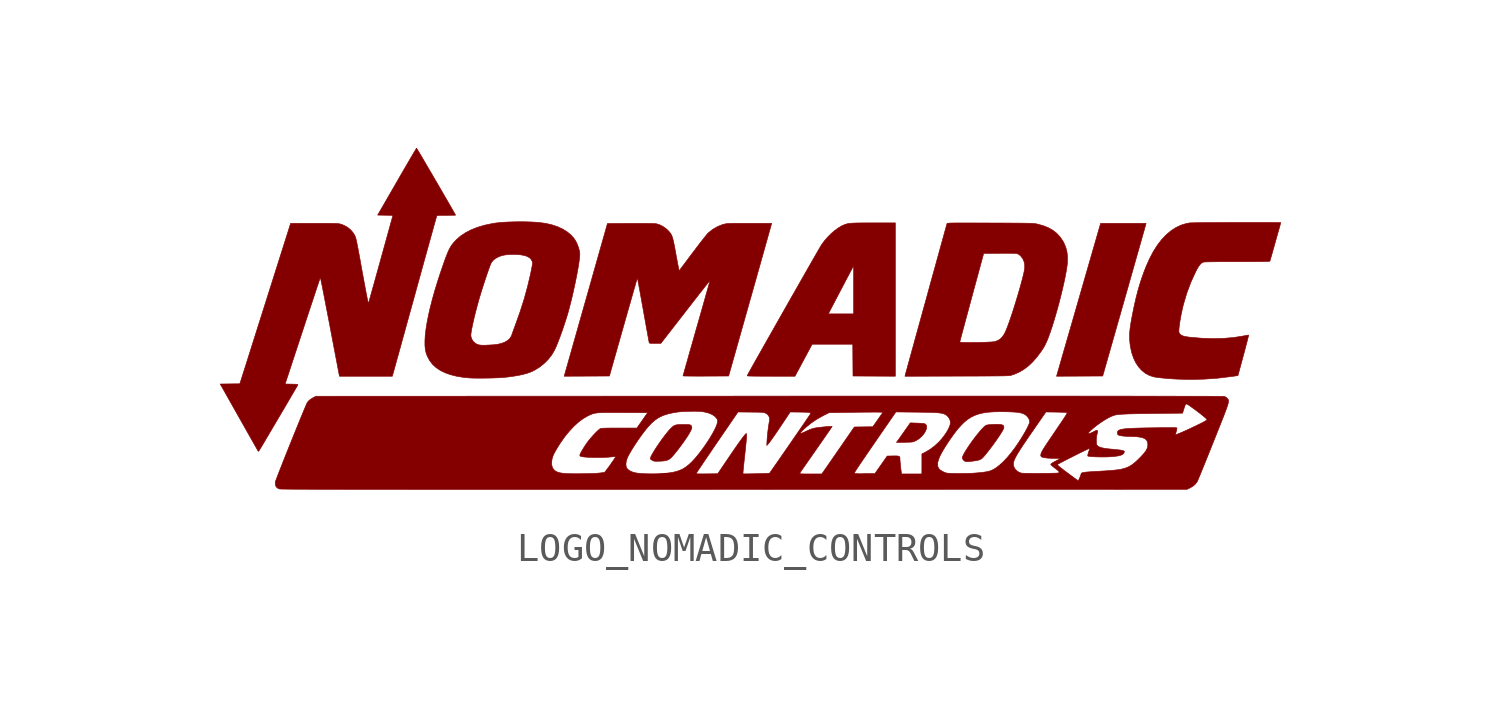
<source format=kicad_sym>
(kicad_symbol_lib
  (version 20211014)
  (generator kicad_symbol_editor)
  (symbol "LOGO_NOMADIC_CONTROLS"
    (pin_names
      (offset 1.016))
    (property "Reference" "#G"
      (at 0 5.08 0)
      (effects (font (size 1.27 1.27)) hide))
    (symbol "LOGO_NOMADIC_CONTROLS_0_0"
      (polyline (pts (xy 5.412 -4.404) (xy 5.473 -4.402) (xy 5.557 -4.401) (xy 5.62 -4.398) (xy 5.667 -4.394) (xy 5.703 -4.389) (xy 5.732 -4.38) (xy 5.762 -4.369) (xy 5.795 -4.353) (xy 5.873 -4.31) (xy 5.952 -4.25) (xy 6.023 -4.183) (xy 6.084 -4.11) (xy 6.132 -4.036) (xy 6.166 -3.963) (xy 6.184 -3.896) (xy 6.184 -3.836) (xy 6.165 -3.789) (xy 6.124 -3.756) (xy 6.122 -3.755) (xy 6.088 -3.747) (xy 6.028 -3.74) (xy 5.946 -3.734) (xy 5.847 -3.73) (xy 5.611 -3.722) (xy 5.419 -3.994) (xy 5.399 -4.023) (xy 5.34 -4.106) (xy 5.286 -4.183) (xy 5.238 -4.251) (xy 5.2 -4.304) (xy 5.177 -4.337) (xy 5.125 -4.409) (xy 5.412 -4.404)) (stroke (width 0.01) (type default) (color 0 0 0 0)) (fill (type outline)))
      (polyline (pts (xy 11.555 -2.081) (xy 12.364 -2.077) (xy 13.116 0.562) (xy 13.178 0.781) (xy 13.254 1.047) (xy 13.327 1.306) (xy 13.398 1.554) (xy 13.465 1.791) (xy 13.529 2.015) (xy 13.588 2.225) (xy 13.644 2.419) (xy 13.694 2.597) (xy 13.739 2.756) (xy 13.778 2.894) (xy 13.812 3.012) (xy 13.838 3.107) (xy 13.858 3.178) (xy 13.871 3.223) (xy 13.876 3.241) (xy 13.885 3.282) (xy 12.291 3.282) (xy 11.527 0.632) (xy 11.46 0.4) (xy 11.383 0.134) (xy 11.309 -0.124) (xy 11.237 -0.372) (xy 11.169 -0.609) (xy 11.104 -0.832) (xy 11.044 -1.042) (xy 10.988 -1.235) (xy 10.937 -1.412) (xy 10.892 -1.57) (xy 10.852 -1.708) (xy 10.819 -1.825) (xy 10.791 -1.92) (xy 10.771 -1.99) (xy 10.758 -2.034) (xy 10.754 -2.051) (xy 10.745 -2.085) (xy 11.555 -2.081)) (stroke (width 0.01) (type default) (color 0 0 0 0)) (fill (type outline)))
      (polyline (pts (xy 7.639 -5.083) (xy 7.71 -5.076) (xy 7.806 -5.064) (xy 7.901 -5.051) (xy 7.978 -5.037) (xy 8.038 -5.02) (xy 8.085 -4.998) (xy 8.127 -4.969) (xy 8.168 -4.928) (xy 8.216 -4.875) (xy 8.265 -4.816) (xy 8.343 -4.719) (xy 8.423 -4.614) (xy 8.505 -4.506) (xy 8.584 -4.396) (xy 8.659 -4.29) (xy 8.728 -4.189) (xy 8.787 -4.097) (xy 8.836 -4.019) (xy 8.87 -3.957) (xy 8.889 -3.914) (xy 8.896 -3.875) (xy 8.892 -3.836) (xy 8.869 -3.808) (xy 8.826 -3.788) (xy 8.76 -3.777) (xy 8.67 -3.773) (xy 8.553 -3.775) (xy 8.535 -3.776) (xy 8.455 -3.78) (xy 8.383 -3.786) (xy 8.326 -3.793) (xy 8.291 -3.799) (xy 8.254 -3.817) (xy 8.202 -3.858) (xy 8.138 -3.922) (xy 8.1 -3.964) (xy 8.021 -4.056) (xy 7.939 -4.157) (xy 7.857 -4.263) (xy 7.776 -4.373) (xy 7.699 -4.481) (xy 7.628 -4.587) (xy 7.565 -4.685) (xy 7.512 -4.773) (xy 7.472 -4.848) (xy 7.446 -4.907) (xy 7.437 -4.946) (xy 7.439 -4.961) (xy 7.459 -5.007) (xy 7.496 -5.048) (xy 7.54 -5.075) (xy 7.552 -5.079) (xy 7.588 -5.083) (xy 7.639 -5.083)) (stroke (width 0.01) (type default) (color 0 0 0 0)) (fill (type outline)))
      (polyline (pts (xy -3.186 -5.067) (xy -3.133 -5.065) (xy -3.033 -5.057) (xy -2.954 -5.043) (xy -2.889 -5.02) (xy -2.831 -4.986) (xy -2.776 -4.937) (xy -2.716 -4.872) (xy -2.707 -4.862) (xy -2.623 -4.76) (xy -2.534 -4.648) (xy -2.444 -4.529) (xy -2.357 -4.409) (xy -2.276 -4.293) (xy -2.203 -4.184) (xy -2.144 -4.088) (xy -2.1 -4.01) (xy -2.068 -3.936) (xy -2.056 -3.878) (xy -2.065 -3.835) (xy -2.095 -3.804) (xy -2.103 -3.799) (xy -2.125 -3.79) (xy -2.155 -3.784) (xy -2.2 -3.78) (xy -2.263 -3.779) (xy -2.35 -3.779) (xy -2.376 -3.779) (xy -2.477 -3.781) (xy -2.555 -3.786) (xy -2.616 -3.796) (xy -2.666 -3.813) (xy -2.709 -3.839) (xy -2.753 -3.875) (xy -2.802 -3.923) (xy -2.859 -3.985) (xy -2.926 -4.065) (xy -2.999 -4.156) (xy -3.073 -4.255) (xy -3.148 -4.358) (xy -3.221 -4.463) (xy -3.291 -4.566) (xy -3.355 -4.665) (xy -3.41 -4.756) (xy -3.456 -4.836) (xy -3.49 -4.902) (xy -3.509 -4.952) (xy -3.512 -4.981) (xy -3.507 -4.99) (xy -3.48 -5.016) (xy -3.441 -5.041) (xy -3.425 -5.049) (xy -3.397 -5.06) (xy -3.366 -5.066) (xy -3.325 -5.069) (xy -3.267 -5.069) (xy -3.186 -5.067)) (stroke (width 0.01) (type default) (color 0 0 0 0)) (fill (type outline)))
      (polyline (pts (xy 5.086 3.297) (xy 4.258 3.297) (xy 4.085 3.297) (xy 3.937 3.296) (xy 3.812 3.295) (xy 3.708 3.293) (xy 3.621 3.29) (xy 3.55 3.286) (xy 3.491 3.281) (xy 3.441 3.274) (xy 3.398 3.265) (xy 3.359 3.255) (xy 3.321 3.242) (xy 3.282 3.227) (xy 3.21 3.195) (xy 3.089 3.124) (xy 2.962 3.032) (xy 2.836 2.924) (xy 2.714 2.803) (xy 2.602 2.674) (xy 2.502 2.541) (xy 2.491 2.523) (xy 2.465 2.479) (xy 2.426 2.412) (xy 2.375 2.325) (xy 2.314 2.218) (xy 2.243 2.094) (xy 2.162 1.954) (xy 2.074 1.799) (xy 1.978 1.632) (xy 1.876 1.453) (xy 1.769 1.265) (xy 1.657 1.069) (xy 1.542 0.866) (xy 1.423 0.659) (xy 1.304 0.448) (xy 1.183 0.236) (xy 1.108 0.103) (xy 2.735 0.103) (xy 2.793 0.218) (xy 2.801 0.234) (xy 2.826 0.281) (xy 2.862 0.351) (xy 2.908 0.439) (xy 2.963 0.543) (xy 3.024 0.661) (xy 3.092 0.789) (xy 3.163 0.924) (xy 3.236 1.065) (xy 3.622 1.796) (xy 3.622 0.103) (xy 2.735 0.103) (xy 1.108 0.103) (xy 1.063 0.024) (xy 0.943 -0.187) (xy 0.826 -0.394) (xy 0.711 -0.596) (xy 0.6 -0.792) (xy 0.493 -0.981) (xy 0.393 -1.159) (xy 0.298 -1.326) (xy 0.211 -1.48) (xy 0.133 -1.62) (xy 0.063 -1.744) (xy 0.004 -1.85) (xy -0.044 -1.937) (xy -0.081 -2.003) (xy -0.105 -2.047) (xy -0.114 -2.066) (xy -0.114 -2.066) (xy -0.11 -2.07) (xy -0.093 -2.074) (xy -0.062 -2.077) (xy -0.014 -2.079) (xy 0.052 -2.081) (xy 0.138 -2.082) (xy 0.246 -2.083) (xy 0.378 -2.084) (xy 0.536 -2.084) (xy 0.721 -2.085) (xy 1.564 -2.085) (xy 1.865 -1.523) (xy 2.166 -0.961) (xy 3.592 -0.961) (xy 3.596 -1.519) (xy 3.6 -2.077) (xy 4.343 -2.081) (xy 5.086 -2.085) (xy 5.086 3.297)) (stroke (width 0.01) (type default) (color 0 0 0 0)) (fill (type outline)))
      (polyline (pts (xy 15.907 -2.188) (xy 16.395 -2.154) (xy 16.89 -2.094) (xy 17.111 -2.062) (xy 17.302 -1.355) (xy 17.309 -1.331) (xy 17.346 -1.193) (xy 17.38 -1.064) (xy 17.41 -0.948) (xy 17.437 -0.846) (xy 17.458 -0.762) (xy 17.474 -0.698) (xy 17.484 -0.657) (xy 17.486 -0.642) (xy 17.486 -0.641) (xy 17.467 -0.642) (xy 17.428 -0.647) (xy 17.376 -0.657) (xy 17.308 -0.671) (xy 16.966 -0.725) (xy 16.608 -0.756) (xy 16.233 -0.765) (xy 15.839 -0.751) (xy 15.428 -0.716) (xy 15.375 -0.709) (xy 15.274 -0.694) (xy 15.197 -0.676) (xy 15.139 -0.653) (xy 15.096 -0.624) (xy 15.063 -0.589) (xy 15.057 -0.579) (xy 15.044 -0.554) (xy 15.038 -0.525) (xy 15.037 -0.484) (xy 15.041 -0.422) (xy 15.042 -0.408) (xy 15.054 -0.302) (xy 15.072 -0.175) (xy 15.096 -0.035) (xy 15.123 0.11) (xy 15.154 0.253) (xy 15.185 0.386) (xy 15.204 0.459) (xy 15.32 0.845) (xy 15.46 1.218) (xy 15.628 1.584) (xy 15.668 1.661) (xy 15.72 1.752) (xy 15.767 1.82) (xy 15.811 1.869) (xy 15.856 1.902) (xy 15.904 1.921) (xy 15.921 1.923) (xy 15.969 1.927) (xy 16.046 1.929) (xy 16.152 1.931) (xy 16.285 1.933) (xy 16.447 1.935) (xy 16.636 1.936) (xy 16.851 1.936) (xy 17.094 1.937) (xy 17.351 1.937) (xy 17.527 1.937) (xy 17.678 1.937) (xy 17.806 1.938) (xy 17.912 1.938) (xy 18 1.939) (xy 18.069 1.941) (xy 18.124 1.942) (xy 18.165 1.944) (xy 18.194 1.947) (xy 18.214 1.95) (xy 18.226 1.954) (xy 18.233 1.958) (xy 18.235 1.963) (xy 18.237 1.967) (xy 18.246 2.001) (xy 18.262 2.057) (xy 18.284 2.132) (xy 18.31 2.223) (xy 18.339 2.326) (xy 18.371 2.438) (xy 18.404 2.556) (xy 18.438 2.676) (xy 18.471 2.795) (xy 18.503 2.909) (xy 18.533 3.015) (xy 18.56 3.109) (xy 18.582 3.189) (xy 18.599 3.25) (xy 18.61 3.29) (xy 18.614 3.305) (xy 18.598 3.307) (xy 18.555 3.308) (xy 18.488 3.309) (xy 18.398 3.311) (xy 18.288 3.311) (xy 18.16 3.312) (xy 18.016 3.312) (xy 17.859 3.313) (xy 17.691 3.313) (xy 17.515 3.313) (xy 17.332 3.313) (xy 17.145 3.312) (xy 16.956 3.312) (xy 16.769 3.311) (xy 16.584 3.31) (xy 16.404 3.309) (xy 16.233 3.308) (xy 16.071 3.307) (xy 15.921 3.306) (xy 15.786 3.304) (xy 15.668 3.303) (xy 15.569 3.301) (xy 15.491 3.299) (xy 15.438 3.297) (xy 15.41 3.296) (xy 15.303 3.276) (xy 15.114 3.219) (xy 14.933 3.133) (xy 14.758 3.02) (xy 14.592 2.879) (xy 14.433 2.712) (xy 14.284 2.518) (xy 14.143 2.297) (xy 14.013 2.051) (xy 13.892 1.78) (xy 13.82 1.599) (xy 13.738 1.371) (xy 13.662 1.137) (xy 13.592 0.895) (xy 13.527 0.637) (xy 13.464 0.36) (xy 13.403 0.059) (xy 13.391 -0.005) (xy 13.361 -0.168) (xy 13.338 -0.309) (xy 13.322 -0.431) (xy 13.311 -0.541) (xy 13.306 -0.643) (xy 13.307 -0.74) (xy 13.312 -0.838) (xy 13.322 -0.942) (xy 13.339 -1.064) (xy 13.384 -1.265) (xy 13.447 -1.449) (xy 13.527 -1.614) (xy 13.623 -1.758) (xy 13.735 -1.881) (xy 13.86 -1.981) (xy 13.999 -2.056) (xy 14.149 -2.105) (xy 14.183 -2.112) (xy 14.261 -2.124) (xy 14.36 -2.137) (xy 14.475 -2.149) (xy 14.601 -2.161) (xy 14.732 -2.171) (xy 14.864 -2.18) (xy 14.992 -2.187) (xy 15.419 -2.198) (xy 15.907 -2.188)) (stroke (width 0.01) (type default) (color 0 0 0 0)) (fill (type outline)))
      (polyline (pts (xy -9.355 -2.152) (xy -9.209 -2.15) (xy -9.064 -2.147) (xy -8.927 -2.142) (xy -8.802 -2.137) (xy -8.695 -2.13) (xy -8.612 -2.123) (xy -8.509 -2.111) (xy -8.306 -2.083) (xy -8.129 -2.053) (xy -7.973 -2.019) (xy -7.836 -1.981) (xy -7.715 -1.938) (xy -7.607 -1.889) (xy -7.576 -1.873) (xy -7.404 -1.767) (xy -7.244 -1.64) (xy -7.1 -1.496) (xy -6.977 -1.341) (xy -6.879 -1.176) (xy -6.876 -1.171) (xy -6.833 -1.078) (xy -6.784 -0.961) (xy -6.73 -0.826) (xy -6.673 -0.675) (xy -6.615 -0.514) (xy -6.558 -0.348) (xy -6.502 -0.18) (xy -6.45 -0.016) (xy -6.403 0.14) (xy -6.391 0.184) (xy -6.348 0.343) (xy -6.304 0.514) (xy -6.26 0.693) (xy -6.218 0.877) (xy -6.177 1.062) (xy -6.138 1.246) (xy -6.102 1.425) (xy -6.07 1.595) (xy -6.042 1.753) (xy -6.02 1.896) (xy -6.003 2.021) (xy -5.992 2.123) (xy -5.988 2.201) (xy -5.993 2.264) (xy -6.012 2.357) (xy -6.043 2.459) (xy -6.082 2.561) (xy -6.128 2.654) (xy -6.195 2.757) (xy -6.305 2.879) (xy -6.439 2.988) (xy -6.595 3.084) (xy -6.772 3.165) (xy -6.968 3.23) (xy -7.18 3.279) (xy -7.407 3.31) (xy -7.544 3.321) (xy -7.722 3.33) (xy -7.911 3.336) (xy -8.106 3.337) (xy -8.301 3.334) (xy -8.491 3.328) (xy -8.668 3.319) (xy -8.828 3.305) (xy -8.964 3.289) (xy -9.066 3.272) (xy -9.331 3.216) (xy -9.575 3.144) (xy -9.797 3.057) (xy -9.996 2.954) (xy -10.171 2.838) (xy -10.321 2.707) (xy -10.366 2.66) (xy -10.428 2.591) (xy -10.482 2.522) (xy -10.53 2.448) (xy -10.575 2.364) (xy -10.619 2.267) (xy -10.666 2.151) (xy -10.719 2.011) (xy -10.769 1.871) (xy -10.884 1.536) (xy -10.989 1.212) (xy -11.084 0.901) (xy -11.167 0.602) (xy -11.24 0.319) (xy -11.301 0.051) (xy -11.35 -0.199) (xy -11.387 -0.43) (xy -11.412 -0.642) (xy -11.414 -0.667) (xy -9.812 -0.667) (xy -9.811 -0.616) (xy -9.801 -0.54) (xy -9.785 -0.442) (xy -9.761 -0.324) (xy -9.732 -0.19) (xy -9.698 -0.041) (xy -9.659 0.118) (xy -9.616 0.286) (xy -9.569 0.459) (xy -9.52 0.636) (xy -9.493 0.726) (xy -9.459 0.839) (xy -9.421 0.961) (xy -9.38 1.089) (xy -9.337 1.22) (xy -9.295 1.349) (xy -9.253 1.472) (xy -9.214 1.587) (xy -9.178 1.689) (xy -9.147 1.774) (xy -9.122 1.838) (xy -9.105 1.877) (xy -9.084 1.914) (xy -9.025 1.987) (xy -8.944 2.05) (xy -8.837 2.107) (xy -8.795 2.125) (xy -8.701 2.155) (xy -8.595 2.175) (xy -8.472 2.186) (xy -8.325 2.19) (xy -8.208 2.188) (xy -8.055 2.175) (xy -7.928 2.152) (xy -7.825 2.116) (xy -7.747 2.069) (xy -7.691 2.01) (xy -7.657 1.938) (xy -7.653 1.923) (xy -7.65 1.895) (xy -7.652 1.859) (xy -7.658 1.808) (xy -7.67 1.74) (xy -7.688 1.648) (xy -7.718 1.5) (xy -7.822 1.06) (xy -7.944 0.617) (xy -8.088 0.167) (xy -8.253 -0.296) (xy -8.254 -0.297) (xy -8.287 -0.387) (xy -8.319 -0.472) (xy -8.345 -0.546) (xy -8.366 -0.605) (xy -8.378 -0.641) (xy -8.391 -0.675) (xy -8.442 -0.757) (xy -8.518 -0.827) (xy -8.618 -0.886) (xy -8.739 -0.933) (xy -8.879 -0.965) (xy -9.035 -0.983) (xy -9.064 -0.984) (xy -9.193 -0.991) (xy -9.296 -0.996) (xy -9.379 -0.997) (xy -9.444 -0.995) (xy -9.497 -0.99) (xy -9.54 -0.982) (xy -9.577 -0.969) (xy -9.613 -0.953) (xy -9.656 -0.927) (xy -9.731 -0.859) (xy -9.784 -0.773) (xy -9.812 -0.675) (xy -9.812 -0.667) (xy -11.414 -0.667) (xy -11.424 -0.832) (xy -11.424 -1) (xy -11.411 -1.145) (xy -11.384 -1.264) (xy -11.345 -1.372) (xy -11.263 -1.528) (xy -11.158 -1.666) (xy -11.029 -1.785) (xy -10.878 -1.886) (xy -10.705 -1.968) (xy -10.528 -2.03) (xy -10.326 -2.082) (xy -10.108 -2.119) (xy -9.869 -2.144) (xy -9.839 -2.146) (xy -9.744 -2.15) (xy -9.628 -2.152) (xy -9.496 -2.153) (xy -9.355 -2.152)) (stroke (width 0.01) (type default) (color 0 0 0 0)) (fill (type outline)))
      (polyline (pts (xy 7.246 -2.081) (xy 7.319 -2.081) (xy 7.584 -2.08) (xy 7.821 -2.08) (xy 8.032 -2.079) (xy 8.219 -2.078) (xy 8.384 -2.077) (xy 8.527 -2.076) (xy 8.65 -2.075) (xy 8.755 -2.074) (xy 8.844 -2.073) (xy 8.918 -2.071) (xy 8.979 -2.069) (xy 9.027 -2.067) (xy 9.066 -2.065) (xy 9.096 -2.062) (xy 9.12 -2.059) (xy 9.138 -2.056) (xy 9.152 -2.052) (xy 9.271 -2.012) (xy 9.444 -1.935) (xy 9.607 -1.837) (xy 9.763 -1.718) (xy 9.912 -1.575) (xy 10.059 -1.407) (xy 10.205 -1.211) (xy 10.253 -1.139) (xy 10.307 -1.051) (xy 10.355 -0.961) (xy 10.401 -0.862) (xy 10.448 -0.748) (xy 10.498 -0.612) (xy 10.527 -0.531) (xy 10.588 -0.348) (xy 10.65 -0.15) (xy 10.713 0.061) (xy 10.775 0.279) (xy 10.835 0.502) (xy 10.892 0.724) (xy 10.945 0.942) (xy 10.994 1.152) (xy 11.036 1.35) (xy 11.072 1.532) (xy 11.1 1.695) (xy 11.119 1.833) (xy 11.124 1.887) (xy 11.13 2.086) (xy 11.111 2.27) (xy 11.068 2.441) (xy 10.999 2.602) (xy 10.966 2.662) (xy 10.866 2.807) (xy 10.749 2.932) (xy 10.613 3.038) (xy 10.456 3.127) (xy 10.276 3.199) (xy 10.072 3.255) (xy 10.063 3.257) (xy 10.04 3.262) (xy 10.017 3.267) (xy 9.992 3.271) (xy 9.963 3.274) (xy 9.929 3.277) (xy 9.888 3.28) (xy 9.837 3.282) (xy 9.775 3.284) (xy 9.701 3.285) (xy 9.611 3.287) (xy 9.505 3.288) (xy 9.381 3.289) (xy 9.236 3.29) (xy 9.069 3.291) (xy 8.879 3.292) (xy 8.662 3.292) (xy 8.417 3.293) (xy 8.248 3.294) (xy 8.022 3.294) (xy 7.823 3.295) (xy 7.65 3.295) (xy 7.499 3.295) (xy 7.37 3.295) (xy 7.262 3.295) (xy 7.171 3.294) (xy 7.097 3.293) (xy 7.038 3.292) (xy 6.992 3.29) (xy 6.958 3.288) (xy 6.933 3.286) (xy 6.917 3.283) (xy 6.907 3.28) (xy 6.901 3.276) (xy 6.899 3.272) (xy 6.899 3.272) (xy 6.893 3.251) (xy 6.88 3.205) (xy 6.86 3.133) (xy 6.834 3.038) (xy 6.802 2.922) (xy 6.764 2.786) (xy 6.722 2.632) (xy 6.675 2.462) (xy 6.624 2.277) (xy 6.569 2.08) (xy 6.512 1.871) (xy 6.452 1.653) (xy 6.389 1.427) (xy 6.325 1.196) (xy 6.26 0.96) (xy 6.195 0.722) (xy 6.129 0.482) (xy 6.063 0.244) (xy 5.998 0.009) (xy 5.934 -0.223) (xy 5.872 -0.448) (xy 5.812 -0.665) (xy 5.755 -0.873) (xy 5.752 -0.885) (xy 7.348 -0.885) (xy 7.353 -0.866) (xy 7.364 -0.821) (xy 7.382 -0.751) (xy 7.407 -0.658) (xy 7.437 -0.544) (xy 7.473 -0.412) (xy 7.513 -0.262) (xy 7.557 -0.097) (xy 7.606 0.082) (xy 7.657 0.272) (xy 7.711 0.472) (xy 7.767 0.68) (xy 8.186 2.225) (xy 8.747 2.229) (xy 8.764 2.23) (xy 8.934 2.23) (xy 9.075 2.23) (xy 9.188 2.229) (xy 9.273 2.226) (xy 9.332 2.222) (xy 9.364 2.217) (xy 9.388 2.207) (xy 9.437 2.177) (xy 9.482 2.139) (xy 9.486 2.135) (xy 9.558 2.042) (xy 9.605 1.933) (xy 9.627 1.814) (xy 9.623 1.688) (xy 9.61 1.611) (xy 9.587 1.504) (xy 9.556 1.377) (xy 9.518 1.232) (xy 9.475 1.074) (xy 9.427 0.906) (xy 9.376 0.732) (xy 9.322 0.554) (xy 9.267 0.377) (xy 9.212 0.204) (xy 9.158 0.039) (xy 9.105 -0.115) (xy 9.056 -0.255) (xy 9.01 -0.376) (xy 8.97 -0.476) (xy 8.936 -0.551) (xy 8.899 -0.619) (xy 8.833 -0.713) (xy 8.761 -0.783) (xy 8.677 -0.834) (xy 8.577 -0.869) (xy 8.577 -0.869) (xy 8.54 -0.875) (xy 8.481 -0.881) (xy 8.403 -0.885) (xy 8.309 -0.89) (xy 8.204 -0.894) (xy 8.092 -0.897) (xy 7.976 -0.899) (xy 7.859 -0.9) (xy 7.746 -0.901) (xy 7.64 -0.901) (xy 7.545 -0.9) (xy 7.464 -0.898) (xy 7.402 -0.895) (xy 7.362 -0.89) (xy 7.348 -0.885) (xy 7.348 -0.885) (xy 5.752 -0.885) (xy 5.701 -1.069) (xy 5.65 -1.252) (xy 5.604 -1.421) (xy 5.562 -1.573) (xy 5.525 -1.707) (xy 5.494 -1.821) (xy 5.468 -1.914) (xy 5.449 -1.983) (xy 5.437 -2.027) (xy 5.433 -2.044) (xy 5.423 -2.086) (xy 7.246 -2.081)) (stroke (width 0.01) (type default) (color 0 0 0 0)) (fill (type outline)))
      (polyline (pts (xy -4.949 -2.077) (xy -4.46 -0.352) (xy -4.41 -0.177) (xy -4.35 0.036) (xy -4.292 0.239) (xy -4.237 0.431) (xy -4.186 0.61) (xy -4.139 0.774) (xy -4.097 0.922) (xy -4.059 1.052) (xy -4.028 1.162) (xy -4.002 1.251) (xy -3.983 1.316) (xy -3.971 1.356) (xy -3.967 1.37) (xy -3.967 1.369) (xy -3.963 1.35) (xy -3.954 1.304) (xy -3.941 1.234) (xy -3.924 1.141) (xy -3.904 1.029) (xy -3.88 0.9) (xy -3.854 0.755) (xy -3.826 0.597) (xy -3.795 0.428) (xy -3.763 0.251) (xy -3.759 0.226) (xy -3.727 0.048) (xy -3.696 -0.121) (xy -3.668 -0.28) (xy -3.642 -0.425) (xy -3.618 -0.555) (xy -3.598 -0.668) (xy -3.581 -0.761) (xy -3.568 -0.832) (xy -3.559 -0.879) (xy -3.555 -0.898) (xy -3.554 -0.902) (xy -3.55 -0.914) (xy -3.539 -0.922) (xy -3.518 -0.927) (xy -3.482 -0.93) (xy -3.426 -0.931) (xy -3.345 -0.931) (xy -3.142 -0.93) (xy -2.281 0.179) (xy -2.239 0.234) (xy -2.117 0.39) (xy -2.001 0.539) (xy -1.892 0.678) (xy -1.792 0.807) (xy -1.7 0.923) (xy -1.62 1.026) (xy -1.551 1.113) (xy -1.495 1.183) (xy -1.454 1.234) (xy -1.428 1.265) (xy -1.419 1.274) (xy -1.421 1.269) (xy -1.429 1.238) (xy -1.444 1.182) (xy -1.466 1.102) (xy -1.495 1) (xy -1.53 0.877) (xy -1.57 0.736) (xy -1.614 0.578) (xy -1.663 0.405) (xy -1.716 0.219) (xy -1.772 0.021) (xy -1.831 -0.186) (xy -1.893 -0.401) (xy -1.926 -0.518) (xy -1.986 -0.729) (xy -2.043 -0.931) (xy -2.098 -1.122) (xy -2.149 -1.301) (xy -2.195 -1.466) (xy -2.237 -1.615) (xy -2.275 -1.746) (xy -2.306 -1.857) (xy -2.331 -1.947) (xy -2.35 -2.014) (xy -2.362 -2.057) (xy -2.366 -2.072) (xy -2.361 -2.074) (xy -2.332 -2.076) (xy -2.277 -2.078) (xy -2.2 -2.079) (xy -2.102 -2.08) (xy -1.987 -2.081) (xy -1.857 -2.082) (xy -1.716 -2.082) (xy -1.565 -2.081) (xy -0.765 -2.077) (xy -0.02 0.562) (xy 0.042 0.779) (xy 0.117 1.046) (xy 0.19 1.304) (xy 0.26 1.553) (xy 0.327 1.79) (xy 0.39 2.014) (xy 0.449 2.224) (xy 0.504 2.419) (xy 0.553 2.596) (xy 0.598 2.755) (xy 0.637 2.894) (xy 0.67 3.012) (xy 0.697 3.107) (xy 0.717 3.178) (xy 0.729 3.223) (xy 0.734 3.241) (xy 0.743 3.282) (xy -0.033 3.282) (xy -0.161 3.282) (xy -0.314 3.282) (xy -0.442 3.282) (xy -0.547 3.281) (xy -0.634 3.28) (xy -0.703 3.278) (xy -0.759 3.276) (xy -0.804 3.273) (xy -0.84 3.269) (xy -0.871 3.264) (xy -0.898 3.259) (xy -0.925 3.252) (xy -0.985 3.236) (xy -1.157 3.167) (xy -1.32 3.072) (xy -1.477 2.949) (xy -1.477 2.948) (xy -1.503 2.921) (xy -1.544 2.872) (xy -1.599 2.804) (xy -1.667 2.719) (xy -1.745 2.62) (xy -1.831 2.508) (xy -1.924 2.385) (xy -2.022 2.255) (xy -2.055 2.212) (xy -2.155 2.079) (xy -2.238 1.967) (xy -2.308 1.875) (xy -2.364 1.8) (xy -2.408 1.741) (xy -2.442 1.697) (xy -2.466 1.664) (xy -2.483 1.642) (xy -2.494 1.629) (xy -2.501 1.622) (xy -2.503 1.621) (xy -2.504 1.622) (xy -2.504 1.625) (xy -2.505 1.627) (xy -2.505 1.629) (xy -2.51 1.65) (xy -2.519 1.697) (xy -2.533 1.765) (xy -2.55 1.853) (xy -2.569 1.956) (xy -2.591 2.072) (xy -2.614 2.197) (xy -2.623 2.247) (xy -2.65 2.397) (xy -2.674 2.522) (xy -2.696 2.626) (xy -2.715 2.71) (xy -2.734 2.779) (xy -2.754 2.834) (xy -2.775 2.881) (xy -2.798 2.921) (xy -2.825 2.957) (xy -2.856 2.993) (xy -2.893 3.033) (xy -2.956 3.091) (xy -3.066 3.17) (xy -3.183 3.23) (xy -3.3 3.266) (xy -3.305 3.267) (xy -3.347 3.271) (xy -3.417 3.275) (xy -3.515 3.277) (xy -3.643 3.279) (xy -3.799 3.279) (xy -3.984 3.279) (xy -4.198 3.279) (xy -5.018 3.275) (xy -5.768 0.628) (xy -5.832 0.403) (xy -5.908 0.136) (xy -5.981 -0.122) (xy -6.051 -0.37) (xy -6.118 -0.607) (xy -6.182 -0.831) (xy -6.241 -1.04) (xy -6.296 -1.234) (xy -6.346 -1.411) (xy -6.391 -1.57) (xy -6.43 -1.708) (xy -6.463 -1.825) (xy -6.49 -1.919) (xy -6.51 -1.99) (xy -6.522 -2.034) (xy -6.527 -2.051) (xy -6.535 -2.085) (xy -4.949 -2.077)) (stroke (width 0.01) (type default) (color 0 0 0 0)) (fill (type outline)))
      (polyline (pts (xy -17.247 -4.699) (xy -17.218 -4.655) (xy -17.216 -4.651) (xy -17.18 -4.591) (xy -17.133 -4.512) (xy -17.076 -4.417) (xy -17.012 -4.308) (xy -16.94 -4.186) (xy -16.862 -4.054) (xy -16.78 -3.915) (xy -16.694 -3.77) (xy -16.607 -3.622) (xy -16.519 -3.473) (xy -16.432 -3.325) (xy -16.346 -3.18) (xy -16.265 -3.041) (xy -16.187 -2.909) (xy -16.116 -2.788) (xy -16.052 -2.678) (xy -15.996 -2.583) (xy -15.951 -2.505) (xy -15.916 -2.446) (xy -15.894 -2.407) (xy -15.886 -2.392) (xy -15.885 -2.389) (xy -15.885 -2.38) (xy -15.894 -2.374) (xy -15.916 -2.369) (xy -15.956 -2.366) (xy -16.017 -2.364) (xy -16.104 -2.362) (xy -16.331 -2.358) (xy -15.717 -0.493) (xy -15.688 -0.405) (xy -15.614 -0.181) (xy -15.543 0.035) (xy -15.475 0.24) (xy -15.411 0.434) (xy -15.351 0.614) (xy -15.296 0.78) (xy -15.247 0.928) (xy -15.204 1.059) (xy -15.166 1.17) (xy -15.137 1.259) (xy -15.114 1.325) (xy -15.1 1.366) (xy -15.095 1.381) (xy -15.092 1.374) (xy -15.085 1.341) (xy -15.073 1.283) (xy -15.056 1.2) (xy -15.034 1.094) (xy -15.009 0.968) (xy -14.981 0.822) (xy -14.949 0.66) (xy -14.915 0.482) (xy -14.878 0.291) (xy -14.838 0.087) (xy -14.797 -0.126) (xy -14.755 -0.348) (xy -14.424 -2.085) (xy -12.569 -2.085) (xy -12.547 -2.007) (xy -12.547 -2.007) (xy -12.54 -1.984) (xy -12.526 -1.933) (xy -12.505 -1.858) (xy -12.477 -1.758) (xy -12.444 -1.635) (xy -12.404 -1.492) (xy -12.358 -1.328) (xy -12.308 -1.146) (xy -12.253 -0.947) (xy -12.194 -0.732) (xy -12.13 -0.503) (xy -12.064 -0.261) (xy -11.994 -0.009) (xy -11.921 0.254) (xy -11.846 0.525) (xy -11.769 0.803) (xy -11.763 0.826) (xy -11.687 1.103) (xy -11.613 1.371) (xy -11.541 1.631) (xy -11.472 1.88) (xy -11.406 2.118) (xy -11.344 2.342) (xy -11.286 2.551) (xy -11.232 2.745) (xy -11.183 2.921) (xy -11.139 3.078) (xy -11.101 3.216) (xy -11.069 3.331) (xy -11.043 3.424) (xy -11.023 3.492) (xy -11.011 3.534) (xy -11.006 3.55) (xy -11.003 3.551) (xy -10.975 3.555) (xy -10.924 3.558) (xy -10.853 3.561) (xy -10.769 3.562) (xy -10.674 3.563) (xy -10.631 3.563) (xy -10.541 3.564) (xy -10.463 3.565) (xy -10.403 3.566) (xy -10.363 3.567) (xy -10.349 3.569) (xy -10.35 3.572) (xy -10.363 3.596) (xy -10.389 3.643) (xy -10.427 3.709) (xy -10.475 3.794) (xy -10.533 3.894) (xy -10.598 4.008) (xy -10.671 4.133) (xy -10.749 4.268) (xy -10.831 4.41) (xy -10.916 4.557) (xy -11.003 4.706) (xy -11.091 4.856) (xy -11.177 5.005) (xy -11.262 5.149) (xy -11.343 5.288) (xy -11.419 5.418) (xy -11.49 5.538) (xy -11.553 5.646) (xy -11.608 5.739) (xy -11.653 5.814) (xy -11.688 5.871) (xy -11.71 5.907) (xy -11.718 5.919) (xy -11.719 5.919) (xy -11.729 5.903) (xy -11.753 5.864) (xy -11.79 5.803) (xy -11.838 5.722) (xy -11.896 5.623) (xy -11.964 5.507) (xy -12.04 5.376) (xy -12.124 5.233) (xy -12.213 5.079) (xy -12.308 4.915) (xy -12.406 4.744) (xy -13.083 3.571) (xy -12.816 3.566) (xy -12.549 3.562) (xy -12.559 3.522) (xy -12.563 3.506) (xy -12.575 3.461) (xy -12.594 3.393) (xy -12.619 3.303) (xy -12.649 3.194) (xy -12.684 3.067) (xy -12.723 2.926) (xy -12.765 2.773) (xy -12.81 2.61) (xy -12.858 2.438) (xy -12.907 2.261) (xy -12.957 2.081) (xy -13.007 1.9) (xy -13.057 1.72) (xy -13.106 1.543) (xy -13.154 1.372) (xy -13.199 1.209) (xy -13.242 1.057) (xy -13.281 0.917) (xy -13.316 0.792) (xy -13.346 0.684) (xy -13.371 0.595) (xy -13.389 0.528) (xy -13.402 0.485) (xy -13.407 0.469) (xy -13.41 0.474) (xy -13.418 0.506) (xy -13.431 0.565) (xy -13.449 0.649) (xy -13.47 0.756) (xy -13.495 0.886) (xy -13.523 1.036) (xy -13.555 1.206) (xy -13.59 1.394) (xy -13.627 1.598) (xy -13.648 1.712) (xy -13.683 1.91) (xy -13.714 2.081) (xy -13.742 2.228) (xy -13.765 2.353) (xy -13.785 2.459) (xy -13.802 2.547) (xy -13.817 2.619) (xy -13.83 2.678) (xy -13.841 2.725) (xy -13.851 2.763) (xy -13.861 2.793) (xy -13.87 2.818) (xy -13.879 2.841) (xy -13.889 2.861) (xy -13.943 2.95) (xy -14.032 3.053) (xy -14.141 3.142) (xy -14.264 3.212) (xy -14.395 3.259) (xy -14.413 3.263) (xy -14.44 3.267) (xy -14.475 3.271) (xy -14.519 3.274) (xy -14.576 3.277) (xy -14.647 3.279) (xy -14.736 3.28) (xy -14.844 3.281) (xy -14.975 3.282) (xy -15.13 3.282) (xy -15.312 3.282) (xy -16.137 3.282) (xy -16.957 0.691) (xy -17.009 0.527) (xy -17.094 0.259) (xy -17.177 -0.004) (xy -17.258 -0.258) (xy -17.335 -0.503) (xy -17.409 -0.737) (xy -17.479 -0.958) (xy -17.545 -1.165) (xy -17.605 -1.357) (xy -17.66 -1.531) (xy -17.709 -1.686) (xy -17.752 -1.821) (xy -17.788 -1.934) (xy -17.816 -2.023) (xy -17.837 -2.087) (xy -17.849 -2.125) (xy -17.92 -2.35) (xy -18.265 -2.354) (xy -18.609 -2.358) (xy -17.95 -3.526) (xy -17.945 -3.534) (xy -17.849 -3.705) (xy -17.756 -3.869) (xy -17.669 -4.024) (xy -17.587 -4.168) (xy -17.513 -4.299) (xy -17.447 -4.416) (xy -17.391 -4.516) (xy -17.344 -4.597) (xy -17.309 -4.659) (xy -17.287 -4.698) (xy -17.278 -4.714) (xy -17.278 -4.714) (xy -17.266 -4.718) (xy -17.247 -4.699)) (stroke (width 0.01) (type default) (color 0 0 0 0)) (fill (type outline)))
      (polyline (pts (xy -6.484 -6.058) (xy -5.84 -6.058) (xy -5.171 -6.058) (xy -4.474 -6.058) (xy -3.751 -6.058) (xy -3 -6.058) (xy -2.221 -6.058) (xy -1.413 -6.058) (xy -0.577 -6.057) (xy 15.324 -6.054) (xy 15.422 -6.008) (xy 15.528 -5.947) (xy 15.615 -5.872) (xy 15.679 -5.79) (xy 15.682 -5.784) (xy 15.696 -5.752) (xy 15.72 -5.694) (xy 15.754 -5.614) (xy 15.795 -5.514) (xy 15.844 -5.394) (xy 15.899 -5.258) (xy 15.961 -5.107) (xy 16.027 -4.943) (xy 16.097 -4.769) (xy 16.171 -4.585) (xy 16.275 -4.324) (xy 16.364 -4.102) (xy 16.442 -3.906) (xy 16.511 -3.733) (xy 16.571 -3.582) (xy 16.622 -3.452) (xy 16.665 -3.34) (xy 16.7 -3.246) (xy 16.728 -3.167) (xy 16.749 -3.101) (xy 16.765 -3.048) (xy 16.775 -3.006) (xy 16.78 -2.972) (xy 16.78 -2.945) (xy 16.777 -2.924) (xy 16.77 -2.906) (xy 16.761 -2.892) (xy 16.749 -2.877) (xy 16.735 -2.862) (xy 16.723 -2.849) (xy 16.679 -2.815) (xy 16.635 -2.794) (xy 16.626 -2.793) (xy 16.595 -2.792) (xy 16.541 -2.792) (xy 16.464 -2.791) (xy 16.364 -2.79) (xy 16.24 -2.789) (xy 16.093 -2.788) (xy 15.922 -2.788) (xy 15.726 -2.787) (xy 15.507 -2.787) (xy 15.264 -2.786) (xy 14.995 -2.786) (xy 14.703 -2.785) (xy 14.385 -2.785) (xy 14.041 -2.784) (xy 13.673 -2.784) (xy 13.279 -2.783) (xy 12.859 -2.783) (xy 12.413 -2.783) (xy 11.941 -2.783) (xy 11.443 -2.782) (xy 10.918 -2.782) (xy 10.366 -2.782) (xy 9.787 -2.782) (xy 9.181 -2.782) (xy 8.548 -2.782) (xy 6.482 -2.782) (xy 5.737 -2.782) (xy 4.964 -2.782) (xy 4.162 -2.782) (xy 3.332 -2.782) (xy 2.472 -2.782) (xy 1.583 -2.782) (xy 0.665 -2.783) (xy -15.25 -2.787) (xy -15.332 -2.83) (xy -15.362 -2.846) (xy -15.443 -2.897) (xy -15.505 -2.949) (xy -15.553 -3.008) (xy -15.562 -3.026) (xy -15.582 -3.07) (xy -15.611 -3.137) (xy -15.649 -3.225) (xy -15.693 -3.331) (xy -15.744 -3.454) (xy -15.8 -3.59) (xy -15.86 -3.738) (xy -15.924 -3.895) (xy -15.991 -4.059) (xy -16.059 -4.227) (xy -16.128 -4.398) (xy -16.197 -4.569) (xy -16.264 -4.738) (xy -16.33 -4.902) (xy -16.392 -5.06) (xy -16.404 -5.088) (xy -6.975 -5.088) (xy -6.975 -5.087) (xy -6.967 -5.017) (xy -6.951 -4.948) (xy -6.927 -4.877) (xy -6.891 -4.798) (xy -6.841 -4.705) (xy -6.776 -4.594) (xy -6.664 -4.418) (xy -6.512 -4.203) (xy -6.354 -4.01) (xy -6.194 -3.84) (xy -6.033 -3.693) (xy -5.871 -3.573) (xy -5.712 -3.481) (xy -5.697 -3.474) (xy -5.648 -3.45) (xy -5.604 -3.43) (xy -5.561 -3.413) (xy -5.519 -3.398) (xy -5.472 -3.387) (xy -5.42 -3.377) (xy -5.36 -3.37) (xy -5.288 -3.365) (xy -5.202 -3.362) (xy -5.101 -3.36) (xy -4.98 -3.358) (xy -4.837 -3.358) (xy -4.67 -3.359) (xy -4.476 -3.36) (xy -3.608 -3.364) (xy -3.796 -3.633) (xy -3.985 -3.903) (xy -4.603 -3.903) (xy -4.689 -3.903) (xy -4.829 -3.903) (xy -4.944 -3.904) (xy -5.036 -3.905) (xy -5.108 -3.907) (xy -5.164 -3.909) (xy -5.205 -3.912) (xy -5.235 -3.916) (xy -5.256 -3.921) (xy -5.272 -3.927) (xy -5.29 -3.938) (xy -5.334 -3.973) (xy -5.39 -4.025) (xy -5.455 -4.09) (xy -5.523 -4.163) (xy -5.592 -4.241) (xy -5.657 -4.319) (xy -5.715 -4.393) (xy -5.738 -4.425) (xy -5.787 -4.496) (xy -5.837 -4.572) (xy -5.883 -4.647) (xy -5.925 -4.718) (xy -5.958 -4.779) (xy -5.98 -4.825) (xy -5.988 -4.852) (xy -5.986 -4.865) (xy -5.968 -4.892) (xy -5.964 -4.894) (xy -5.929 -4.905) (xy -5.87 -4.915) (xy -5.791 -4.923) (xy -5.695 -4.929) (xy -5.587 -4.934) (xy -5.47 -4.936) (xy -5.349 -4.937) (xy -5.228 -4.936) (xy -5.111 -4.932) (xy -5.002 -4.927) (xy -4.904 -4.918) (xy -4.844 -4.913) (xy -4.789 -4.908) (xy -4.755 -4.908) (xy -4.74 -4.912) (xy -4.738 -4.92) (xy -4.744 -4.932) (xy -4.766 -4.97) (xy -4.801 -5.022) (xy -4.843 -5.085) (xy -4.892 -5.154) (xy -4.894 -5.158) (xy -4.37 -5.158) (xy -4.357 -5.063) (xy -4.325 -4.962) (xy -4.299 -4.904) (xy -4.249 -4.81) (xy -4.185 -4.699) (xy -4.109 -4.576) (xy -4.023 -4.443) (xy -3.929 -4.305) (xy -3.909 -4.276) (xy -3.785 -4.104) (xy -3.671 -3.955) (xy -3.564 -3.829) (xy -3.461 -3.722) (xy -3.359 -3.633) (xy -3.254 -3.559) (xy -3.145 -3.499) (xy -3.027 -3.45) (xy -2.898 -3.409) (xy -2.755 -3.376) (xy -2.595 -3.348) (xy -2.562 -3.343) (xy -2.47 -3.333) (xy -2.36 -3.325) (xy -2.239 -3.319) (xy -2.114 -3.316) (xy -1.992 -3.314) (xy -1.88 -3.315) (xy -1.783 -3.319) (xy -1.71 -3.325) (xy -1.612 -3.341) (xy -1.467 -3.378) (xy -1.347 -3.428) (xy -1.253 -3.49) (xy -1.185 -3.564) (xy -1.166 -3.598) (xy -1.156 -3.638) (xy -1.157 -3.691) (xy -1.16 -3.714) (xy -1.18 -3.787) (xy -1.217 -3.879) (xy -1.269 -3.985) (xy -1.333 -4.103) (xy -1.408 -4.23) (xy -1.491 -4.362) (xy -1.581 -4.496) (xy -1.675 -4.629) (xy -1.772 -4.758) (xy -1.868 -4.879) (xy -1.963 -4.99) (xy -2.055 -5.088) (xy -2.153 -5.181) (xy -2.259 -5.265) (xy -2.366 -5.334) (xy -2.481 -5.388) (xy -2.607 -5.43) (xy -2.749 -5.462) (xy -2.911 -5.484) (xy -3.097 -5.5) (xy -3.248 -5.507) (xy -3.261 -5.507) (xy -1.907 -5.507) (xy -1.9 -5.494) (xy -1.877 -5.457) (xy -1.838 -5.397) (xy -1.783 -5.314) (xy -1.712 -5.209) (xy -1.627 -5.082) (xy -1.527 -4.935) (xy -1.413 -4.767) (xy -1.286 -4.58) (xy -1.145 -4.374) (xy -0.991 -4.149) (xy -0.436 -3.34) (xy 0.015 -3.344) (xy 0.087 -3.345) (xy 0.2 -3.346) (xy 0.289 -3.348) (xy 0.357 -3.349) (xy 0.409 -3.352) (xy 0.447 -3.356) (xy 0.476 -3.361) (xy 0.498 -3.367) (xy 0.518 -3.376) (xy 0.539 -3.386) (xy 0.564 -3.4) (xy 0.612 -3.438) (xy 0.647 -3.491) (xy 0.649 -3.496) (xy 0.664 -3.527) (xy 0.672 -3.554) (xy 0.674 -3.584) (xy 0.669 -3.627) (xy 0.659 -3.69) (xy 0.632 -3.863) (xy 0.609 -4.038) (xy 0.592 -4.202) (xy 0.582 -4.347) (xy 0.575 -4.517) (xy 0.621 -4.465) (xy 0.638 -4.446) (xy 0.684 -4.386) (xy 0.746 -4.301) (xy 0.823 -4.192) (xy 0.916 -4.057) (xy 1.024 -3.898) (xy 1.147 -3.714) (xy 1.396 -3.34) (xy 1.74 -3.344) (xy 1.786 -3.345) (xy 1.894 -3.347) (xy 1.976 -3.35) (xy 2.036 -3.354) (xy 2.076 -3.36) (xy 2.099 -3.369) (xy 2.109 -3.381) (xy 2.108 -3.397) (xy 2.099 -3.417) (xy 2.093 -3.427) (xy 2.071 -3.461) (xy 2.034 -3.516) (xy 1.983 -3.591) (xy 1.92 -3.684) (xy 1.846 -3.792) (xy 1.762 -3.914) (xy 1.67 -4.049) (xy 1.57 -4.193) (xy 1.465 -4.346) (xy 1.355 -4.505) (xy 1.241 -4.67) (xy 1.125 -4.837) (xy 1.009 -5.005) (xy 0.669 -5.492) (xy 0.536 -5.496) (xy 1.724 -5.496) (xy 1.727 -5.492) (xy 1.745 -5.466) (xy 1.778 -5.419) (xy 1.824 -5.353) (xy 1.882 -5.269) (xy 1.95 -5.171) (xy 2.028 -5.059) (xy 2.114 -4.937) (xy 2.205 -4.805) (xy 2.302 -4.667) (xy 2.35 -4.598) (xy 2.444 -4.463) (xy 2.532 -4.337) (xy 2.613 -4.221) (xy 2.685 -4.116) (xy 2.747 -4.026) (xy 2.798 -3.953) (xy 2.836 -3.897) (xy 2.86 -3.862) (xy 2.868 -3.849) (xy 2.867 -3.847) (xy 2.846 -3.845) (xy 2.803 -3.846) (xy 2.741 -3.849) (xy 2.666 -3.855) (xy 2.582 -3.863) (xy 2.496 -3.872) (xy 2.412 -3.882) (xy 2.334 -3.892) (xy 2.268 -3.902) (xy 2.219 -3.912) (xy 2.187 -3.921) (xy 2.121 -3.943) (xy 2.047 -3.973) (xy 1.974 -4.006) (xy 1.924 -4.03) (xy 1.865 -4.057) (xy 1.819 -4.077) (xy 1.793 -4.087) (xy 1.77 -4.091) (xy 1.76 -4.082) (xy 1.772 -4.055) (xy 1.808 -4.012) (xy 1.867 -3.953) (xy 1.952 -3.874) (xy 2.141 -3.721) (xy 2.346 -3.584) (xy 2.573 -3.458) (xy 2.757 -3.365) (xy 3.526 -3.353) (xy 3.551 -3.353) (xy 3.706 -3.35) (xy 3.856 -3.348) (xy 4 -3.347) (xy 4.132 -3.346) (xy 4.249 -3.345) (xy 4.347 -3.344) (xy 4.423 -3.344) (xy 4.474 -3.345) (xy 4.653 -3.349) (xy 4.474 -3.603) (xy 4.295 -3.858) (xy 3.971 -3.862) (xy 3.647 -3.866) (xy 3.077 -4.691) (xy 2.526 -5.486) (xy 3.647 -5.486) (xy 3.65 -5.477) (xy 3.661 -5.457) (xy 3.68 -5.423) (xy 3.71 -5.376) (xy 3.75 -5.315) (xy 3.801 -5.238) (xy 3.864 -5.145) (xy 3.938 -5.034) (xy 4.027 -4.905) (xy 4.128 -4.757) (xy 4.244 -4.588) (xy 4.375 -4.398) (xy 4.521 -4.185) (xy 4.684 -3.949) (xy 5.106 -3.338) (xy 5.817 -3.346) (xy 6.002 -3.348) (xy 6.161 -3.351) (xy 6.297 -3.354) (xy 6.411 -3.357) (xy 6.505 -3.362) (xy 6.584 -3.368) (xy 6.648 -3.375) (xy 6.701 -3.383) (xy 6.746 -3.393) (xy 6.784 -3.405) (xy 6.819 -3.418) (xy 6.873 -3.448) (xy 6.938 -3.507) (xy 6.987 -3.58) (xy 7.015 -3.66) (xy 7.019 -3.741) (xy 7.015 -3.763) (xy 6.988 -3.848) (xy 6.943 -3.946) (xy 6.882 -4.053) (xy 6.807 -4.163) (xy 6.723 -4.272) (xy 6.631 -4.375) (xy 6.615 -4.392) (xy 6.464 -4.532) (xy 6.31 -4.649) (xy 6.146 -4.746) (xy 6.018 -4.812) (xy 6.018 -5.164) (xy 6.018 -5.194) (xy 6.568 -5.194) (xy 6.575 -5.108) (xy 6.603 -5.006) (xy 6.652 -4.886) (xy 6.659 -4.872) (xy 6.709 -4.776) (xy 6.774 -4.664) (xy 6.85 -4.54) (xy 6.934 -4.41) (xy 7.023 -4.279) (xy 7.113 -4.152) (xy 7.2 -4.035) (xy 7.282 -3.933) (xy 7.296 -3.916) (xy 7.408 -3.792) (xy 7.518 -3.685) (xy 7.631 -3.595) (xy 7.75 -3.519) (xy 7.876 -3.458) (xy 8.014 -3.41) (xy 8.166 -3.374) (xy 8.334 -3.349) (xy 8.523 -3.335) (xy 8.735 -3.329) (xy 8.972 -3.331) (xy 9.046 -3.333) (xy 9.182 -3.338) (xy 9.294 -3.345) (xy 9.387 -3.354) (xy 9.463 -3.367) (xy 9.526 -3.383) (xy 9.581 -3.403) (xy 9.63 -3.427) (xy 9.655 -3.443) (xy 9.711 -3.493) (xy 9.758 -3.554) (xy 9.79 -3.617) (xy 9.802 -3.674) (xy 9.8 -3.693) (xy 9.784 -3.748) (xy 9.752 -3.824) (xy 9.706 -3.917) (xy 9.648 -4.025) (xy 9.578 -4.146) (xy 9.498 -4.277) (xy 9.409 -4.415) (xy 9.278 -4.605) (xy 9.144 -4.782) (xy 9.011 -4.94) (xy 8.88 -5.08) (xy 8.763 -5.187) (xy 9.229 -5.187) (xy 9.229 -5.152) (xy 9.234 -5.113) (xy 9.245 -5.069) (xy 9.264 -5.019) (xy 9.29 -4.961) (xy 9.325 -4.893) (xy 9.37 -4.815) (xy 9.426 -4.723) (xy 9.494 -4.617) (xy 9.574 -4.495) (xy 9.668 -4.356) (xy 9.776 -4.197) (xy 9.9 -4.018) (xy 10.04 -3.816) (xy 10.371 -3.339) (xy 10.734 -3.344) (xy 10.807 -3.346) (xy 10.902 -3.348) (xy 10.985 -3.351) (xy 11.05 -3.354) (xy 11.095 -3.358) (xy 11.114 -3.361) (xy 11.115 -3.362) (xy 11.114 -3.376) (xy 11.099 -3.407) (xy 11.071 -3.456) (xy 11.027 -3.525) (xy 10.968 -3.615) (xy 10.893 -3.727) (xy 10.89 -3.73) (xy 10.774 -3.902) (xy 10.672 -4.052) (xy 10.585 -4.181) (xy 10.511 -4.291) (xy 10.448 -4.384) (xy 10.396 -4.461) (xy 10.354 -4.525) (xy 10.32 -4.577) (xy 10.293 -4.62) (xy 10.272 -4.654) (xy 10.256 -4.682) (xy 10.243 -4.705) (xy 10.232 -4.726) (xy 10.229 -4.732) (xy 10.199 -4.801) (xy 10.188 -4.853) (xy 10.196 -4.889) (xy 10.222 -4.916) (xy 10.235 -4.923) (xy 10.287 -4.938) (xy 10.362 -4.95) (xy 10.458 -4.96) (xy 10.571 -4.966) (xy 10.697 -4.968) (xy 10.889 -4.969) (xy 10.756 -5.039) (xy 10.754 -5.04) (xy 10.669 -5.085) (xy 10.609 -5.12) (xy 10.569 -5.146) (xy 10.548 -5.165) (xy 10.541 -5.18) (xy 10.547 -5.191) (xy 10.777 -5.191) (xy 10.778 -5.182) (xy 10.78 -5.18) (xy 10.803 -5.166) (xy 10.849 -5.141) (xy 10.913 -5.106) (xy 10.992 -5.065) (xy 11.084 -5.018) (xy 11.183 -4.967) (xy 11.287 -4.915) (xy 11.392 -4.862) (xy 11.496 -4.81) (xy 11.594 -4.761) (xy 11.683 -4.718) (xy 11.759 -4.681) (xy 11.82 -4.652) (xy 11.861 -4.634) (xy 11.879 -4.628) (xy 11.881 -4.628) (xy 11.894 -4.63) (xy 11.899 -4.639) (xy 11.897 -4.66) (xy 11.885 -4.699) (xy 11.864 -4.761) (xy 11.847 -4.819) (xy 11.838 -4.862) (xy 11.841 -4.883) (xy 11.849 -4.888) (xy 11.885 -4.896) (xy 11.944 -4.903) (xy 12.021 -4.909) (xy 12.112 -4.914) (xy 12.213 -4.917) (xy 12.318 -4.918) (xy 12.424 -4.918) (xy 12.525 -4.916) (xy 12.619 -4.912) (xy 12.74 -4.903) (xy 12.856 -4.889) (xy 12.948 -4.872) (xy 13.018 -4.851) (xy 13.069 -4.824) (xy 13.102 -4.791) (xy 13.121 -4.75) (xy 13.123 -4.736) (xy 13.12 -4.72) (xy 13.106 -4.707) (xy 13.08 -4.696) (xy 13.037 -4.685) (xy 12.976 -4.675) (xy 12.894 -4.665) (xy 12.788 -4.654) (xy 12.656 -4.642) (xy 12.63 -4.64) (xy 12.492 -4.624) (xy 12.381 -4.606) (xy 12.294 -4.585) (xy 12.229 -4.559) (xy 12.184 -4.529) (xy 12.157 -4.494) (xy 12.149 -4.47) (xy 12.141 -4.415) (xy 12.139 -4.345) (xy 12.142 -4.269) (xy 12.15 -4.195) (xy 12.162 -4.132) (xy 12.163 -4.128) (xy 12.18 -4.063) (xy 12.187 -4.021) (xy 12.185 -3.998) (xy 12.172 -3.988) (xy 12.148 -3.987) (xy 12.127 -3.992) (xy 12.082 -4.01) (xy 12.035 -4.036) (xy 11.992 -4.06) (xy 11.943 -4.08) (xy 11.9 -4.092) (xy 11.869 -4.095) (xy 11.857 -4.086) (xy 11.868 -4.068) (xy 11.897 -4.035) (xy 11.941 -3.992) (xy 11.995 -3.943) (xy 12.054 -3.891) (xy 12.116 -3.841) (xy 12.162 -3.805) (xy 12.297 -3.708) (xy 12.43 -3.621) (xy 12.557 -3.548) (xy 12.673 -3.491) (xy 12.774 -3.454) (xy 12.778 -3.453) (xy 12.815 -3.444) (xy 12.86 -3.436) (xy 12.916 -3.429) (xy 12.985 -3.422) (xy 13.068 -3.417) (xy 13.167 -3.412) (xy 13.284 -3.407) (xy 13.422 -3.404) (xy 13.581 -3.4) (xy 13.765 -3.397) (xy 13.974 -3.394) (xy 14.21 -3.391) (xy 15.166 -3.381) (xy 15.211 -3.239) (xy 15.235 -3.165) (xy 15.256 -3.107) (xy 15.276 -3.072) (xy 15.298 -3.059) (xy 15.327 -3.065) (xy 15.367 -3.089) (xy 15.422 -3.127) (xy 15.425 -3.129) (xy 15.509 -3.189) (xy 15.599 -3.254) (xy 15.69 -3.323) (xy 15.777 -3.389) (xy 15.855 -3.451) (xy 15.919 -3.503) (xy 15.964 -3.543) (xy 15.977 -3.554) (xy 16.008 -3.585) (xy 16.021 -3.604) (xy 16.019 -3.617) (xy 16.004 -3.63) (xy 15.989 -3.641) (xy 15.944 -3.668) (xy 15.881 -3.702) (xy 15.802 -3.743) (xy 15.711 -3.788) (xy 15.612 -3.836) (xy 15.508 -3.885) (xy 15.403 -3.934) (xy 15.3 -3.982) (xy 15.203 -4.025) (xy 15.115 -4.064) (xy 15.039 -4.095) (xy 14.979 -4.119) (xy 14.939 -4.132) (xy 14.921 -4.134) (xy 14.921 -4.133) (xy 14.923 -4.113) (xy 14.932 -4.073) (xy 14.946 -4.022) (xy 14.948 -4.015) (xy 14.962 -3.963) (xy 14.969 -3.922) (xy 14.968 -3.9) (xy 14.965 -3.898) (xy 14.945 -3.895) (xy 14.907 -3.892) (xy 14.849 -3.89) (xy 14.768 -3.889) (xy 14.665 -3.889) (xy 14.536 -3.89) (xy 14.381 -3.891) (xy 14.198 -3.894) (xy 14.127 -3.895) (xy 13.905 -3.898) (xy 13.711 -3.902) (xy 13.543 -3.907) (xy 13.398 -3.912) (xy 13.276 -3.919) (xy 13.174 -3.927) (xy 13.09 -3.937) (xy 13.023 -3.949) (xy 12.971 -3.963) (xy 12.933 -3.98) (xy 12.906 -3.999) (xy 12.889 -4.021) (xy 12.88 -4.047) (xy 12.877 -4.075) (xy 12.885 -4.117) (xy 12.912 -4.147) (xy 12.926 -4.154) (xy 12.977 -4.169) (xy 13.051 -4.181) (xy 13.145 -4.191) (xy 13.253 -4.197) (xy 13.373 -4.199) (xy 13.427 -4.2) (xy 13.558 -4.208) (xy 13.673 -4.223) (xy 13.767 -4.245) (xy 13.835 -4.273) (xy 13.864 -4.291) (xy 13.912 -4.34) (xy 13.939 -4.403) (xy 13.947 -4.487) (xy 13.947 -4.515) (xy 13.937 -4.577) (xy 13.915 -4.638) (xy 13.879 -4.703) (xy 13.826 -4.775) (xy 13.754 -4.857) (xy 13.661 -4.954) (xy 13.598 -5.016) (xy 13.519 -5.09) (xy 13.444 -5.154) (xy 13.37 -5.207) (xy 13.294 -5.252) (xy 13.213 -5.289) (xy 13.125 -5.32) (xy 13.024 -5.345) (xy 12.91 -5.365) (xy 12.778 -5.381) (xy 12.627 -5.395) (xy 12.451 -5.407) (xy 12.249 -5.419) (xy 12.155 -5.424) (xy 12.014 -5.432) (xy 11.898 -5.44) (xy 11.806 -5.447) (xy 11.735 -5.455) (xy 11.682 -5.464) (xy 11.645 -5.473) (xy 11.622 -5.484) (xy 11.609 -5.495) (xy 11.606 -5.51) (xy 11.606 -5.513) (xy 11.598 -5.541) (xy 11.582 -5.587) (xy 11.56 -5.641) (xy 11.554 -5.657) (xy 11.532 -5.705) (xy 11.514 -5.739) (xy 11.503 -5.751) (xy 11.5 -5.75) (xy 11.476 -5.734) (xy 11.433 -5.703) (xy 11.374 -5.66) (xy 11.301 -5.606) (xy 11.217 -5.545) (xy 11.127 -5.477) (xy 11.065 -5.431) (xy 10.972 -5.36) (xy 10.9 -5.304) (xy 10.846 -5.261) (xy 10.809 -5.229) (xy 10.787 -5.206) (xy 10.777 -5.191) (xy 10.547 -5.191) (xy 10.549 -5.194) (xy 10.574 -5.22) (xy 10.612 -5.252) (xy 10.645 -5.278) (xy 10.704 -5.324) (xy 10.759 -5.367) (xy 10.806 -5.406) (xy 10.832 -5.438) (xy 10.833 -5.462) (xy 10.811 -5.479) (xy 10.808 -5.48) (xy 10.779 -5.483) (xy 10.725 -5.486) (xy 10.651 -5.488) (xy 10.559 -5.49) (xy 10.454 -5.492) (xy 10.34 -5.493) (xy 10.219 -5.494) (xy 10.097 -5.495) (xy 9.977 -5.495) (xy 9.862 -5.494) (xy 9.757 -5.493) (xy 9.665 -5.492) (xy 9.59 -5.49) (xy 9.536 -5.487) (xy 9.507 -5.484) (xy 9.437 -5.461) (xy 9.362 -5.414) (xy 9.298 -5.351) (xy 9.252 -5.278) (xy 9.23 -5.202) (xy 9.229 -5.187) (xy 8.763 -5.187) (xy 8.752 -5.198) (xy 8.63 -5.293) (xy 8.515 -5.364) (xy 8.408 -5.409) (xy 8.341 -5.426) (xy 8.255 -5.443) (xy 8.148 -5.458) (xy 8.017 -5.472) (xy 7.859 -5.485) (xy 7.81 -5.488) (xy 7.724 -5.492) (xy 7.624 -5.495) (xy 7.515 -5.497) (xy 7.401 -5.498) (xy 7.287 -5.498) (xy 7.179 -5.497) (xy 7.08 -5.495) (xy 6.997 -5.493) (xy 6.934 -5.489) (xy 6.895 -5.485) (xy 6.862 -5.476) (xy 6.79 -5.449) (xy 6.719 -5.412) (xy 6.658 -5.371) (xy 6.616 -5.331) (xy 6.615 -5.33) (xy 6.581 -5.268) (xy 6.568 -5.194) (xy 6.018 -5.194) (xy 6.017 -5.515) (xy 5.308 -5.515) (xy 5.3 -5.481) (xy 5.296 -5.457) (xy 5.288 -5.403) (xy 5.279 -5.332) (xy 5.27 -5.251) (xy 5.262 -5.169) (xy 5.255 -5.093) (xy 5.25 -5.03) (xy 5.248 -4.987) (xy 5.248 -4.954) (xy 5.242 -4.923) (xy 5.227 -4.902) (xy 5.199 -4.889) (xy 5.154 -4.883) (xy 5.087 -4.881) (xy 4.995 -4.882) (xy 4.8 -4.886) (xy 4.585 -5.193) (xy 4.37 -5.5) (xy 4.229 -5.5) (xy 4.216 -5.5) (xy 4.128 -5.501) (xy 4.032 -5.503) (xy 3.947 -5.506) (xy 3.88 -5.508) (xy 3.794 -5.507) (xy 3.723 -5.503) (xy 3.673 -5.497) (xy 3.648 -5.487) (xy 3.647 -5.486) (xy 2.526 -5.486) (xy 2.506 -5.515) (xy 2.11 -5.515) (xy 2.002 -5.514) (xy 1.903 -5.514) (xy 1.828 -5.512) (xy 1.776 -5.51) (xy 1.743 -5.506) (xy 1.727 -5.502) (xy 1.724 -5.496) (xy 0.536 -5.496) (xy 0.208 -5.505) (xy 0.153 -5.507) (xy 0.043 -5.509) (xy -0.055 -5.511) (xy -0.138 -5.512) (xy -0.203 -5.512) (xy -0.245 -5.511) (xy -0.262 -5.509) (xy -0.262 -5.509) (xy -0.262 -5.49) (xy -0.259 -5.445) (xy -0.253 -5.378) (xy -0.245 -5.292) (xy -0.234 -5.189) (xy -0.222 -5.074) (xy -0.209 -4.95) (xy -0.206 -4.927) (xy -0.185 -4.737) (xy -0.168 -4.575) (xy -0.155 -4.439) (xy -0.145 -4.328) (xy -0.138 -4.24) (xy -0.135 -4.175) (xy -0.135 -4.13) (xy -0.138 -4.104) (xy -0.144 -4.095) (xy -0.146 -4.096) (xy -0.164 -4.108) (xy -0.191 -4.136) (xy -0.229 -4.182) (xy -0.279 -4.246) (xy -0.34 -4.33) (xy -0.414 -4.433) (xy -0.501 -4.558) (xy -0.603 -4.705) (xy -0.719 -4.875) (xy -0.851 -5.069) (xy -1.147 -5.507) (xy -1.527 -5.511) (xy -1.619 -5.512) (xy -1.712 -5.512) (xy -1.792 -5.512) (xy -1.853 -5.511) (xy -1.893 -5.509) (xy -1.907 -5.507) (xy -3.261 -5.507) (xy -3.407 -5.511) (xy -3.563 -5.51) (xy -3.711 -5.506) (xy -3.845 -5.498) (xy -3.961 -5.487) (xy -4.052 -5.471) (xy -4.123 -5.452) (xy -4.208 -5.416) (xy -4.279 -5.373) (xy -4.328 -5.326) (xy -4.339 -5.311) (xy -4.364 -5.242) (xy -4.37 -5.158) (xy -4.894 -5.158) (xy -4.942 -5.226) (xy -4.992 -5.294) (xy -5.038 -5.356) (xy -5.077 -5.407) (xy -5.106 -5.441) (xy -5.121 -5.456) (xy -5.146 -5.462) (xy -5.194 -5.47) (xy -5.258 -5.478) (xy -5.33 -5.485) (xy -5.403 -5.491) (xy -5.508 -5.496) (xy -5.63 -5.501) (xy -5.764 -5.504) (xy -5.904 -5.506) (xy -6.043 -5.508) (xy -6.176 -5.508) (xy -6.297 -5.506) (xy -6.401 -5.504) (xy -6.48 -5.5) (xy -6.591 -5.489) (xy -6.688 -5.474) (xy -6.764 -5.452) (xy -6.825 -5.424) (xy -6.875 -5.388) (xy -6.92 -5.338) (xy -6.957 -5.27) (xy -6.974 -5.189) (xy -6.975 -5.088) (xy -16.404 -5.088) (xy -16.451 -5.209) (xy -16.505 -5.346) (xy -16.554 -5.47) (xy -16.595 -5.577) (xy -16.629 -5.667) (xy -16.655 -5.736) (xy -16.671 -5.782) (xy -16.677 -5.803) (xy -16.677 -5.804) (xy -16.674 -5.89) (xy -16.651 -5.956) (xy -16.606 -6.005) (xy -16.537 -6.04) (xy -16.536 -6.04) (xy -16.529 -6.041) (xy -16.515 -6.042) (xy -16.495 -6.043) (xy -16.468 -6.044) (xy -16.432 -6.045) (xy -16.389 -6.046) (xy -16.337 -6.047) (xy -16.276 -6.047) (xy -16.205 -6.048) (xy -16.124 -6.049) (xy -16.032 -6.05) (xy -15.929 -6.05) (xy -15.814 -6.051) (xy -15.687 -6.052) (xy -15.548 -6.052) (xy -15.395 -6.053) (xy -15.228 -6.053) (xy -15.048 -6.054) (xy -14.852 -6.054) (xy -14.642 -6.055) (xy -14.416 -6.055) (xy -14.174 -6.056) (xy -13.915 -6.056) (xy -13.639 -6.056) (xy -13.345 -6.057) (xy -13.033 -6.057) (xy -12.703 -6.057) (xy -12.353 -6.057) (xy -11.984 -6.058) (xy -11.595 -6.058) (xy -11.184 -6.058) (xy -10.753 -6.058) (xy -10.3 -6.058) (xy -9.826 -6.058) (xy -9.328 -6.058) (xy -8.807 -6.058) (xy -7.102 -6.058) (xy -6.484 -6.058)) (stroke (width 0.01) (type default) (color 0 0 0 0)) (fill (type outline))))))
</source>
